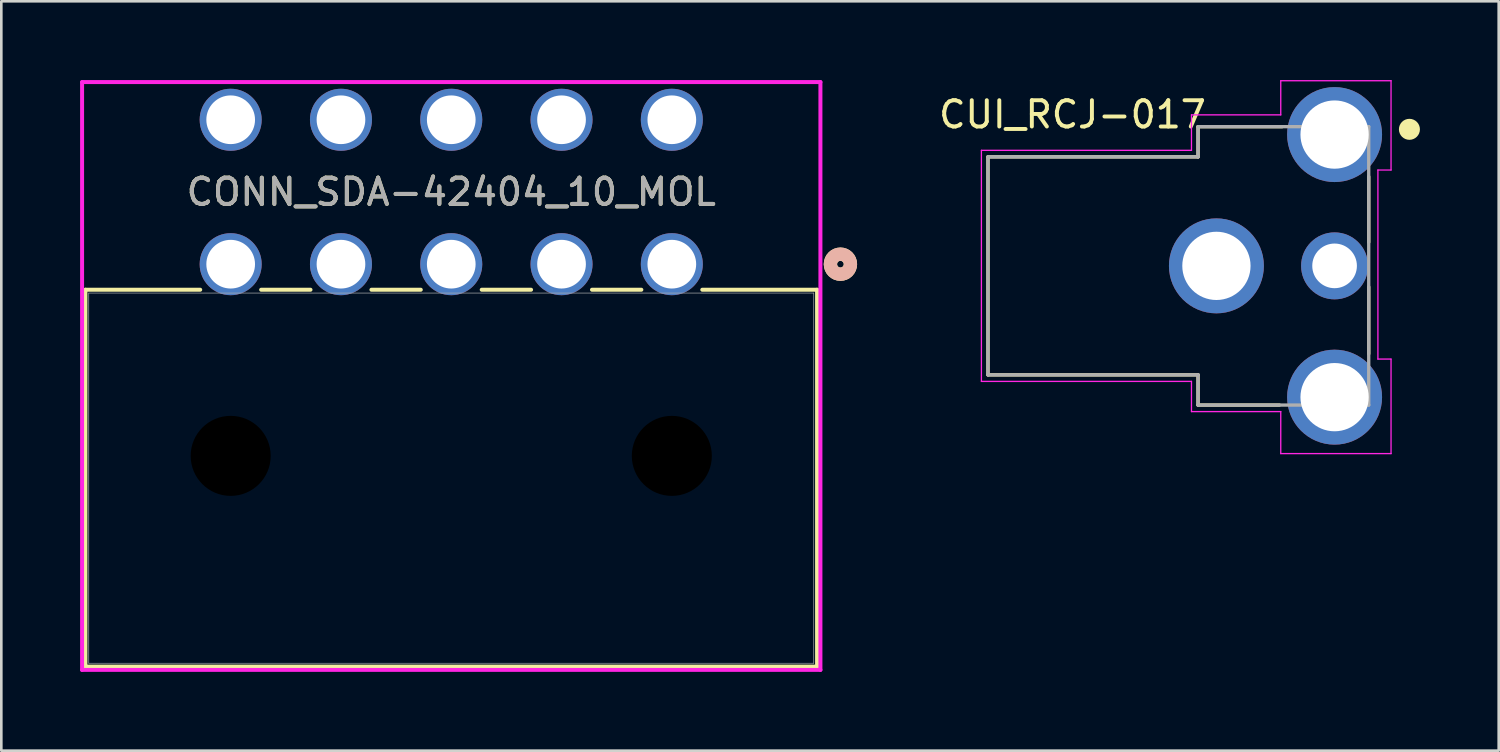
<source format=kicad_pcb>
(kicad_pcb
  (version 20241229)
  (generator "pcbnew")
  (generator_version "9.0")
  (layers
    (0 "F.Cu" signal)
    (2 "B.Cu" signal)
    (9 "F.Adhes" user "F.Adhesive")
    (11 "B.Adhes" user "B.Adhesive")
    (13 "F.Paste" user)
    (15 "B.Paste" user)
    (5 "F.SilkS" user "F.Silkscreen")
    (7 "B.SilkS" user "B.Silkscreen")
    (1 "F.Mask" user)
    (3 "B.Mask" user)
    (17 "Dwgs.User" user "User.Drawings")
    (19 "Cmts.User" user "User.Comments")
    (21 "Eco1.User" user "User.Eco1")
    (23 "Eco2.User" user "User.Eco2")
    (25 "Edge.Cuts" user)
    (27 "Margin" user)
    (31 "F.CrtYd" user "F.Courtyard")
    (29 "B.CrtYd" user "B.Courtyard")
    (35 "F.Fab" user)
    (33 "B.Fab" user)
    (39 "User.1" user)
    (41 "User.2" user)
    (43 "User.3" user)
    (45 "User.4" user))
  (footprint "CONN_SDA-42404_10_MOL"
    (layer "F.Cu")
    (at 22.535 7.011)
    (property "Reference" "CONN_SDA-42404_10_MOL" (at -8.4 -2.75 0) (unlocked yes) (layer "F.SilkS") (effects (font (size 1 1) (thickness 0.15))))
    (attr through_hole)
    (fp_line (start -22.332 0.973) (end -22.332 15.324) (stroke (width 0.152) (type solid)) (layer "F.SilkS"))
    (fp_line (start -22.332 15.324) (end 5.532 15.324) (stroke (width 0.152) (type solid)) (layer "F.SilkS"))
    (fp_line (start -17.96 0.973) (end -22.332 0.973) (stroke (width 0.152) (type solid)) (layer "F.SilkS"))
    (fp_line (start -13.76 0.973) (end -15.64 0.973) (stroke (width 0.152) (type solid)) (layer "F.SilkS"))
    (fp_line (start -9.56 0.973) (end -11.44 0.973) (stroke (width 0.152) (type solid)) (layer "F.SilkS"))
    (fp_line (start -5.36 0.973) (end -7.24 0.973) (stroke (width 0.152) (type solid)) (layer "F.SilkS"))
    (fp_line (start -1.16 0.973) (end -3.04 0.973) (stroke (width 0.152) (type solid)) (layer "F.SilkS"))
    (fp_line (start 5.532 0.973) (end 1.16 0.973) (stroke (width 0.152) (type solid)) (layer "F.SilkS"))
    (fp_line (start 5.532 15.324) (end 5.532 0.973) (stroke (width 0.152) (type solid)) (layer "F.SilkS"))
    (fp_circle (center 6.421 0) (end 6.802 0) (stroke (width 0.508) (type solid)) (fill no) (layer "F.SilkS"))
    (fp_circle (center 6.421 0) (end 6.802 0) (stroke (width 0.508) (type solid)) (fill no) (layer "B.SilkS"))
    (fp_line (start -22.459 -6.935) (end -22.459 15.451) (stroke (width 0.152) (type solid)) (layer "F.CrtYd"))
    (fp_line (start -22.459 15.451) (end 5.659 15.451) (stroke (width 0.152) (type solid)) (layer "F.CrtYd"))
    (fp_line (start 5.659 -6.935) (end -22.459 -6.935) (stroke (width 0.152) (type solid)) (layer "F.CrtYd"))
    (fp_line (start 5.659 15.451) (end 5.659 -6.935) (stroke (width 0.152) (type solid)) (layer "F.CrtYd"))
    (fp_line (start -22.205 1.1) (end -22.205 15.197) (stroke (width 0.025) (type solid)) (layer "F.Fab"))
    (fp_line (start -22.205 15.197) (end 5.405 15.197) (stroke (width 0.025) (type solid)) (layer "F.Fab"))
    (fp_line (start 5.405 1.1) (end -22.205 1.1) (stroke (width 0.025) (type solid)) (layer "F.Fab"))
    (fp_line (start 5.405 15.197) (end 5.405 1.1) (stroke (width 0.025) (type solid)) (layer "F.Fab"))
    (fp_circle (center 0 0) (end 0.381 0) (stroke (width 0.508) (type solid)) (fill no) (layer "F.Fab"))
    (fp_text user "${REFERENCE}" (at -8.4 -2.75 0) (unlocked yes) (layer "F.Fab") (effects (font (size 1 1) (thickness 0.15))))
    (pad "" np_thru_hole circle (at -16.8 7.3) (size 3.048 3.048) (drill 3.048) (layers))
    (pad "" np_thru_hole circle (at 0 7.3) (size 3.048 3.048) (drill 3.048) (layers))
    (pad "1" thru_hole circle (at 0 0) (size 2.362 2.362) (drill 1.854) (layers "*.Cu" "*.Mask"))
    (pad "2" thru_hole circle (at -4.2 0) (size 2.362 2.362) (drill 1.854) (layers "*.Cu" "*.Mask"))
    (pad "3" thru_hole circle (at -8.4 0) (size 2.362 2.362) (drill 1.854) (layers "*.Cu" "*.Mask"))
    (pad "4" thru_hole circle (at -12.6 0) (size 2.362 2.362) (drill 1.854) (layers "*.Cu" "*.Mask"))
    (pad "5" thru_hole circle (at -16.8 0) (size 2.362 2.362) (drill 1.854) (layers "*.Cu" "*.Mask"))
    (pad "6" thru_hole circle (at 0 -5.5) (size 2.362 2.362) (drill 1.854) (layers "*.Cu" "*.Mask"))
    (pad "7" thru_hole circle (at -4.2 -5.5) (size 2.362 2.362) (drill 1.854) (layers "*.Cu" "*.Mask"))
    (pad "8" thru_hole circle (at -8.4 -5.5) (size 2.362 2.362) (drill 1.854) (layers "*.Cu" "*.Mask"))
    (pad "9" thru_hole circle (at -12.6 -5.5) (size 2.362 2.362) (drill 1.854) (layers "*.Cu" "*.Mask"))
    (pad "10" thru_hole circle (at -16.8 -5.5) (size 2.362 2.362) (drill 1.854) (layers "*.Cu" "*.Mask")))
  (footprint "CUI_RCJ-017"
    (layer "F.Cu")
    (at 41.825 7.075)
    (property "Reference" "CUI_RCJ-017" (at -4.03 -5.763 0) (layer "F.SilkS") (effects (font (size 1.001 1.001) (thickness 0.15))))
    (attr through_hole)
    (fp_line (start -7.25 -4.15) (end -7.25 4.15) (stroke (width 0.127) (type solid)) (layer "F.SilkS"))
    (fp_line (start -7.25 4.15) (end 0.75 4.15) (stroke (width 0.127) (type solid)) (layer "F.SilkS"))
    (fp_line (start 0.75 -5.3) (end 0.75 -4.15) (stroke (width 0.127) (type solid)) (layer "F.SilkS"))
    (fp_line (start 0.75 -4.15) (end -7.25 -4.15) (stroke (width 0.127) (type solid)) (layer "F.SilkS"))
    (fp_line (start 0.75 4.15) (end 0.75 5.3) (stroke (width 0.127) (type solid)) (layer "F.SilkS"))
    (fp_line (start 0.75 5.3) (end 3.85 5.3) (stroke (width 0.127) (type solid)) (layer "F.SilkS"))
    (fp_line (start 3.95 -5.3) (end 0.75 -5.3) (stroke (width 0.127) (type solid)) (layer "F.SilkS"))
    (fp_line (start 7.25 -0.9) (end 7.25 -3.4) (stroke (width 0.127) (type solid)) (layer "F.SilkS"))
    (fp_line (start 7.25 3.35) (end 7.25 0.8) (stroke (width 0.127) (type solid)) (layer "F.SilkS"))
    (fp_circle (center 8.8 -5.2) (end 9 -5.2) (stroke (width 0.4) (type solid)) (fill no) (layer "F.SilkS"))
    (fp_line (start -7.5 -4.4) (end -7.5 4.4) (stroke (width 0.05) (type solid)) (layer "F.CrtYd"))
    (fp_line (start -7.5 4.4) (end 0.5 4.4) (stroke (width 0.05) (type solid)) (layer "F.CrtYd"))
    (fp_line (start 0.5 -5.75) (end 0.5 -4.4) (stroke (width 0.05) (type solid)) (layer "F.CrtYd"))
    (fp_line (start 0.5 -4.4) (end -7.5 -4.4) (stroke (width 0.05) (type solid)) (layer "F.CrtYd"))
    (fp_line (start 0.5 4.4) (end 0.5 5.55) (stroke (width 0.05) (type solid)) (layer "F.CrtYd"))
    (fp_line (start 0.5 5.55) (end 3.9 5.55) (stroke (width 0.05) (type solid)) (layer "F.CrtYd"))
    (fp_line (start 3.9 -7.05) (end 8.1 -7.05) (stroke (width 0.05) (type solid)) (layer "F.CrtYd"))
    (fp_line (start 3.9 -5.75) (end 0.5 -5.75) (stroke (width 0.05) (type solid)) (layer "F.CrtYd"))
    (fp_line (start 3.9 -5.75) (end 3.9 -7.05) (stroke (width 0.05) (type solid)) (layer "F.CrtYd"))
    (fp_line (start 3.9 7.15) (end 3.9 5.55) (stroke (width 0.05) (type solid)) (layer "F.CrtYd"))
    (fp_line (start 7.6 -3.65) (end 7.6 3.55) (stroke (width 0.05) (type solid)) (layer "F.CrtYd"))
    (fp_line (start 7.6 3.55) (end 8.1 3.55) (stroke (width 0.05) (type solid)) (layer "F.CrtYd"))
    (fp_line (start 8.1 -7.05) (end 8.1 -3.65) (stroke (width 0.05) (type solid)) (layer "F.CrtYd"))
    (fp_line (start 8.1 -3.65) (end 7.6 -3.65) (stroke (width 0.05) (type solid)) (layer "F.CrtYd"))
    (fp_line (start 8.1 7.15) (end 3.9 7.15) (stroke (width 0.05) (type solid)) (layer "F.CrtYd"))
    (fp_line (start 8.1 7.15) (end 8.1 3.55) (stroke (width 0.05) (type solid)) (layer "F.CrtYd"))
    (fp_line (start -7.25 -4.15) (end -7.25 4.15) (stroke (width 0.127) (type solid)) (layer "F.Fab"))
    (fp_line (start -7.25 4.15) (end 0.75 4.15) (stroke (width 0.127) (type solid)) (layer "F.Fab"))
    (fp_line (start 0.75 -5.3) (end 0.75 -4.15) (stroke (width 0.127) (type solid)) (layer "F.Fab"))
    (fp_line (start 0.75 -4.15) (end -7.25 -4.15) (stroke (width 0.127) (type solid)) (layer "F.Fab"))
    (fp_line (start 0.75 4.15) (end 0.75 5.3) (stroke (width 0.127) (type solid)) (layer "F.Fab"))
    (fp_line (start 0.75 5.3) (end 7.25 5.3) (stroke (width 0.127) (type solid)) (layer "F.Fab"))
    (fp_line (start 7.25 -5.3) (end 0.75 -5.3) (stroke (width 0.127) (type solid)) (layer "F.Fab"))
    (fp_line (start 7.25 5.3) (end 7.25 -5.3) (stroke (width 0.127) (type solid)) (layer "F.Fab"))
    (pad "1" thru_hole circle (at 5.95 -5) (size 3.616 3.616) (drill 2.6) (layers "*.Cu" "*.Mask"))
    (pad "1B" thru_hole circle (at 5.95 5) (size 3.616 3.616) (drill 2.6) (layers "*.Cu" "*.Mask"))
    (pad "1C" thru_hole circle (at 1.45 0) (size 3.616 3.616) (drill 2.6) (layers "*.Cu" "*.Mask"))
    (pad "2" thru_hole circle (at 5.95 0) (size 2.55 2.55) (drill 1.7) (layers "*.Cu" "*.Mask")))
  (gr_rect
    (start -3 -3)
    (end 54.025 25.538)
    (stroke (width 0.1) (type default))
    (fill no)
    (layer "Edge.Cuts")))
</source>
